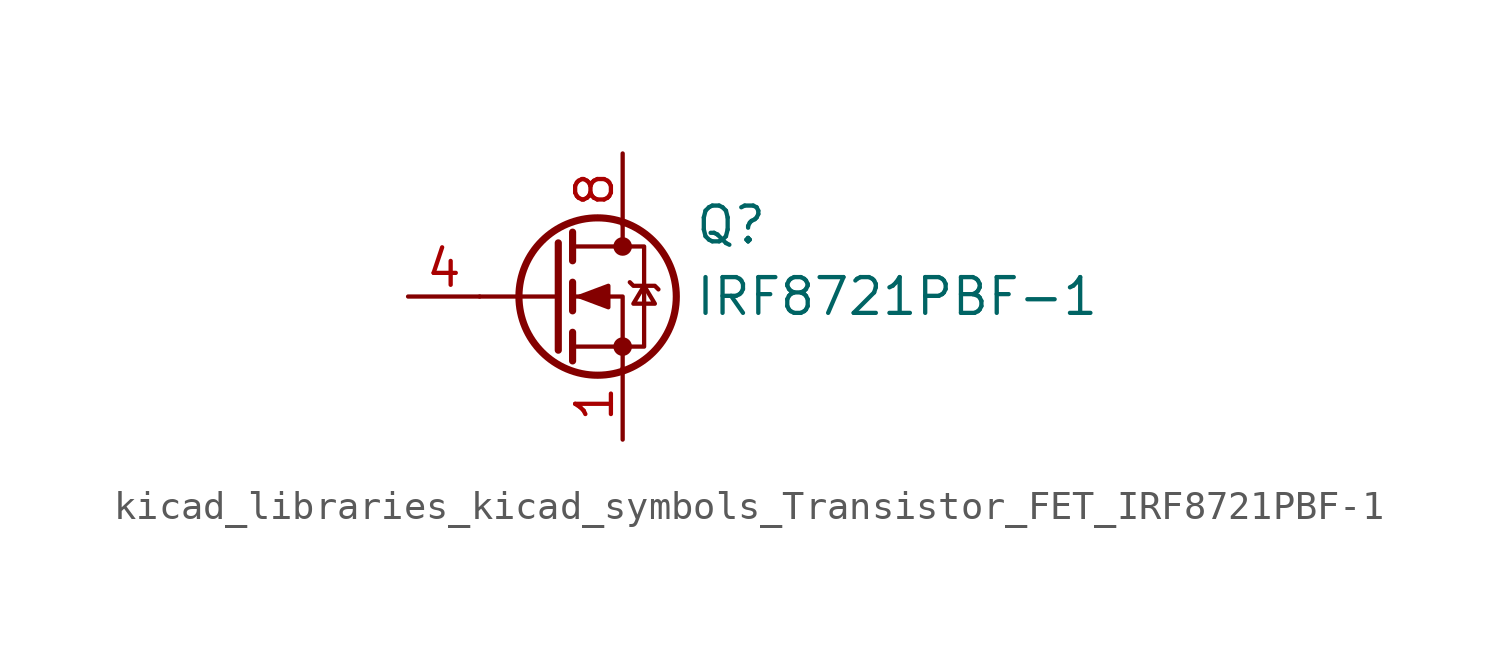
<source format=kicad_sym>
(kicad_symbol_lib
  (version 20220914)
  (generator kicad_symbol_editor)
  (symbol "kicad_libraries_kicad_symbols_Transistor_FET_IRF8721PBF-1"
    (pin_names hide)
    (property "Reference" "Q"
      (at 5.08 2.54 0)
      (effects (font (size 1.27 1.27)) (justify left)))
    (property "Value" "IRF8721PBF-1"
      (at 5.08 0 0)
      (effects (font (size 1.27 1.27)) (justify left)))
    (symbol "kicad_libraries_kicad_symbols_Transistor_FET_IRF8721PBF-1_0_1"
      (polyline (pts (xy 0.254 0) (xy -2.54 0)) (stroke (width 0) (type default)) (fill (type none)))
      (polyline (pts (xy 0.254 1.905) (xy 0.254 -1.905)) (stroke (width 0.254) (type default)) (fill (type none)))
      (polyline (pts (xy 0.762 -1.27) (xy 0.762 -2.286)) (stroke (width 0.254) (type default)) (fill (type none)))
      (polyline (pts (xy 0.762 0.508) (xy 0.762 -0.508)) (stroke (width 0.254) (type default)) (fill (type none)))
      (polyline (pts (xy 0.762 2.286) (xy 0.762 1.27)) (stroke (width 0.254) (type default)) (fill (type none)))
      (polyline (pts (xy 2.54 2.54) (xy 2.54 1.778)) (stroke (width 0) (type default)) (fill (type none)))
      (polyline (pts (xy 2.54 -2.54) (xy 2.54 0) (xy 0.762 0)) (stroke (width 0) (type default)) (fill (type none)))
      (polyline (pts (xy 0.762 -1.778) (xy 3.302 -1.778) (xy 3.302 1.778) (xy 0.762 1.778)) (stroke (width 0) (type default)) (fill (type none)))
      (polyline (pts (xy 1.016 0) (xy 2.032 0.381) (xy 2.032 -0.381) (xy 1.016 0)) (stroke (width 0) (type default)) (fill (type outline)))
      (polyline (pts (xy 2.794 0.508) (xy 2.921 0.381) (xy 3.683 0.381) (xy 3.81 0.254)) (stroke (width 0) (type default)) (fill (type none)))
      (polyline (pts (xy 3.302 0.381) (xy 2.921 -0.254) (xy 3.683 -0.254) (xy 3.302 0.381)) (stroke (width 0) (type default)) (fill (type none)))
      (circle (center 1.651 0) (radius 2.794) (stroke (width 0.254) (type default)) (fill (type none)))
      (circle (center 2.54 -1.778) (radius 0.254) (stroke (width 0) (type default)) (fill (type outline)))
      (circle (center 2.54 1.778) (radius 0.254) (stroke (width 0) (type default)) (fill (type outline))))
    (symbol "kicad_libraries_kicad_symbols_Transistor_FET_IRF8721PBF-1_1_1"
      (pin passive line (at 2.54 -5.08 90) (length 2.54) (name "S" (effects (font (size 1.27 1.27)))) (number "1" (effects (font (size 1.27 1.27)))))
      (pin passive line (at 2.54 -5.08 90) (length 2.54) hide (name "S" (effects (font (size 1.27 1.27)))) (number "2" (effects (font (size 1.27 1.27)))))
      (pin passive line (at 2.54 -5.08 90) (length 2.54) hide (name "S" (effects (font (size 1.27 1.27)))) (number "3" (effects (font (size 1.27 1.27)))))
      (pin input line (at -5.08 0 0) (length 2.54) (name "G" (effects (font (size 1.27 1.27)))) (number "4" (effects (font (size 1.27 1.27)))))
      (pin passive line (at 2.54 5.08 270) (length 2.54) hide (name "D" (effects (font (size 1.27 1.27)))) (number "5" (effects (font (size 1.27 1.27)))))
      (pin passive line (at 2.54 5.08 270) (length 2.54) hide (name "D" (effects (font (size 1.27 1.27)))) (number "6" (effects (font (size 1.27 1.27)))))
      (pin passive line (at 2.54 5.08 270) (length 2.54) hide (name "D" (effects (font (size 1.27 1.27)))) (number "7" (effects (font (size 1.27 1.27)))))
      (pin passive line (at 2.54 5.08 270) (length 2.54) (name "D" (effects (font (size 1.27 1.27)))) (number "8" (effects (font (size 1.27 1.27))))))))
</source>
